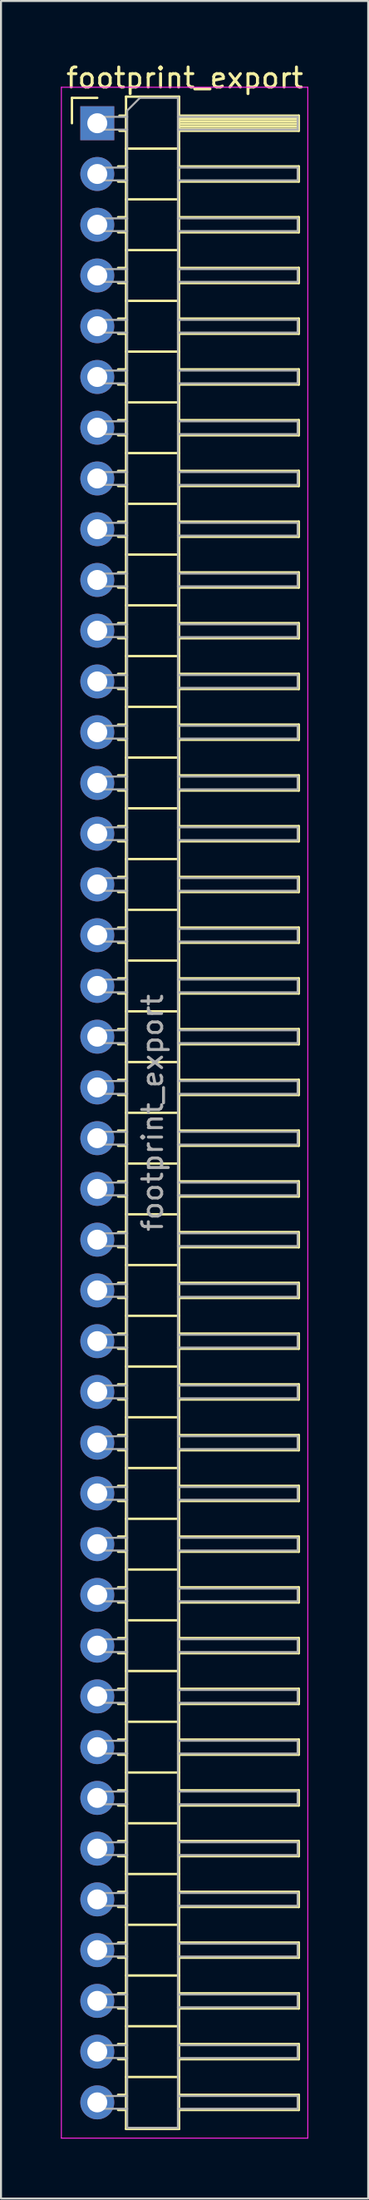
<source format=kicad_pcb>
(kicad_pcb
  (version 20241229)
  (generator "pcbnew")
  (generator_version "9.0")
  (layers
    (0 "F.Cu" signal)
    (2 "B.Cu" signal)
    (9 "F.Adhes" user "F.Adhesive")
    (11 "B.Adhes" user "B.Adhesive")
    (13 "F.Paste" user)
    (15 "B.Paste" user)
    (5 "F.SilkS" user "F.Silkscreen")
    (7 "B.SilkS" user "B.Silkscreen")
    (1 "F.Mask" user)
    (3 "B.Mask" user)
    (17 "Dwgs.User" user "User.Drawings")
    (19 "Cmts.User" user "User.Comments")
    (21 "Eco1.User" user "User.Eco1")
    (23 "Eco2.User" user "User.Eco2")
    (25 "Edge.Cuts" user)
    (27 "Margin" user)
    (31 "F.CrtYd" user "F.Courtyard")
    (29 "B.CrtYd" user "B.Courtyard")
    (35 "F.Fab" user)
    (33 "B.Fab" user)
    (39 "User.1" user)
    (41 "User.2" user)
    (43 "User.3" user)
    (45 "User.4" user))
  (footprint "footprint_export"
    (layer "F.Cu")
    (at 1.825 3.118)
    (property "Reference" "footprint_export" (at 4.385 -2.27 0) (layer "F.SilkS") (effects (font (size 1 1) (thickness 0.15))))
    (attr through_hole)
    (fp_line (start -1.27 -1.27) (end 0 -1.27) (stroke (width 0.12) (type solid)) (layer "F.SilkS"))
    (fp_line (start -1.27 0) (end -1.27 -1.27) (stroke (width 0.12) (type solid)) (layer "F.SilkS"))
    (fp_line (start 1.043 2.16) (end 1.44 2.16) (stroke (width 0.12) (type solid)) (layer "F.SilkS"))
    (fp_line (start 1.043 2.92) (end 1.44 2.92) (stroke (width 0.12) (type solid)) (layer "F.SilkS"))
    (fp_line (start 1.043 4.7) (end 1.44 4.7) (stroke (width 0.12) (type solid)) (layer "F.SilkS"))
    (fp_line (start 1.043 5.46) (end 1.44 5.46) (stroke (width 0.12) (type solid)) (layer "F.SilkS"))
    (fp_line (start 1.043 7.24) (end 1.44 7.24) (stroke (width 0.12) (type solid)) (layer "F.SilkS"))
    (fp_line (start 1.043 8) (end 1.44 8) (stroke (width 0.12) (type solid)) (layer "F.SilkS"))
    (fp_line (start 1.043 9.78) (end 1.44 9.78) (stroke (width 0.12) (type solid)) (layer "F.SilkS"))
    (fp_line (start 1.043 10.54) (end 1.44 10.54) (stroke (width 0.12) (type solid)) (layer "F.SilkS"))
    (fp_line (start 1.043 12.32) (end 1.44 12.32) (stroke (width 0.12) (type solid)) (layer "F.SilkS"))
    (fp_line (start 1.043 13.08) (end 1.44 13.08) (stroke (width 0.12) (type solid)) (layer "F.SilkS"))
    (fp_line (start 1.043 14.86) (end 1.44 14.86) (stroke (width 0.12) (type solid)) (layer "F.SilkS"))
    (fp_line (start 1.043 15.62) (end 1.44 15.62) (stroke (width 0.12) (type solid)) (layer "F.SilkS"))
    (fp_line (start 1.043 17.4) (end 1.44 17.4) (stroke (width 0.12) (type solid)) (layer "F.SilkS"))
    (fp_line (start 1.043 18.16) (end 1.44 18.16) (stroke (width 0.12) (type solid)) (layer "F.SilkS"))
    (fp_line (start 1.043 19.94) (end 1.44 19.94) (stroke (width 0.12) (type solid)) (layer "F.SilkS"))
    (fp_line (start 1.043 20.7) (end 1.44 20.7) (stroke (width 0.12) (type solid)) (layer "F.SilkS"))
    (fp_line (start 1.043 22.48) (end 1.44 22.48) (stroke (width 0.12) (type solid)) (layer "F.SilkS"))
    (fp_line (start 1.043 23.24) (end 1.44 23.24) (stroke (width 0.12) (type solid)) (layer "F.SilkS"))
    (fp_line (start 1.043 25.02) (end 1.44 25.02) (stroke (width 0.12) (type solid)) (layer "F.SilkS"))
    (fp_line (start 1.043 25.78) (end 1.44 25.78) (stroke (width 0.12) (type solid)) (layer "F.SilkS"))
    (fp_line (start 1.043 27.56) (end 1.44 27.56) (stroke (width 0.12) (type solid)) (layer "F.SilkS"))
    (fp_line (start 1.043 28.32) (end 1.44 28.32) (stroke (width 0.12) (type solid)) (layer "F.SilkS"))
    (fp_line (start 1.043 30.1) (end 1.44 30.1) (stroke (width 0.12) (type solid)) (layer "F.SilkS"))
    (fp_line (start 1.043 30.86) (end 1.44 30.86) (stroke (width 0.12) (type solid)) (layer "F.SilkS"))
    (fp_line (start 1.043 32.64) (end 1.44 32.64) (stroke (width 0.12) (type solid)) (layer "F.SilkS"))
    (fp_line (start 1.043 33.4) (end 1.44 33.4) (stroke (width 0.12) (type solid)) (layer "F.SilkS"))
    (fp_line (start 1.043 35.18) (end 1.44 35.18) (stroke (width 0.12) (type solid)) (layer "F.SilkS"))
    (fp_line (start 1.043 35.94) (end 1.44 35.94) (stroke (width 0.12) (type solid)) (layer "F.SilkS"))
    (fp_line (start 1.043 37.72) (end 1.44 37.72) (stroke (width 0.12) (type solid)) (layer "F.SilkS"))
    (fp_line (start 1.043 38.48) (end 1.44 38.48) (stroke (width 0.12) (type solid)) (layer "F.SilkS"))
    (fp_line (start 1.043 40.26) (end 1.44 40.26) (stroke (width 0.12) (type solid)) (layer "F.SilkS"))
    (fp_line (start 1.043 41.02) (end 1.44 41.02) (stroke (width 0.12) (type solid)) (layer "F.SilkS"))
    (fp_line (start 1.043 42.8) (end 1.44 42.8) (stroke (width 0.12) (type solid)) (layer "F.SilkS"))
    (fp_line (start 1.043 43.56) (end 1.44 43.56) (stroke (width 0.12) (type solid)) (layer "F.SilkS"))
    (fp_line (start 1.043 45.34) (end 1.44 45.34) (stroke (width 0.12) (type solid)) (layer "F.SilkS"))
    (fp_line (start 1.043 46.1) (end 1.44 46.1) (stroke (width 0.12) (type solid)) (layer "F.SilkS"))
    (fp_line (start 1.043 47.88) (end 1.44 47.88) (stroke (width 0.12) (type solid)) (layer "F.SilkS"))
    (fp_line (start 1.043 48.64) (end 1.44 48.64) (stroke (width 0.12) (type solid)) (layer "F.SilkS"))
    (fp_line (start 1.043 50.42) (end 1.44 50.42) (stroke (width 0.12) (type solid)) (layer "F.SilkS"))
    (fp_line (start 1.043 51.18) (end 1.44 51.18) (stroke (width 0.12) (type solid)) (layer "F.SilkS"))
    (fp_line (start 1.043 52.96) (end 1.44 52.96) (stroke (width 0.12) (type solid)) (layer "F.SilkS"))
    (fp_line (start 1.043 53.72) (end 1.44 53.72) (stroke (width 0.12) (type solid)) (layer "F.SilkS"))
    (fp_line (start 1.043 55.5) (end 1.44 55.5) (stroke (width 0.12) (type solid)) (layer "F.SilkS"))
    (fp_line (start 1.043 56.26) (end 1.44 56.26) (stroke (width 0.12) (type solid)) (layer "F.SilkS"))
    (fp_line (start 1.043 58.04) (end 1.44 58.04) (stroke (width 0.12) (type solid)) (layer "F.SilkS"))
    (fp_line (start 1.043 58.8) (end 1.44 58.8) (stroke (width 0.12) (type solid)) (layer "F.SilkS"))
    (fp_line (start 1.043 60.58) (end 1.44 60.58) (stroke (width 0.12) (type solid)) (layer "F.SilkS"))
    (fp_line (start 1.043 61.34) (end 1.44 61.34) (stroke (width 0.12) (type solid)) (layer "F.SilkS"))
    (fp_line (start 1.043 63.12) (end 1.44 63.12) (stroke (width 0.12) (type solid)) (layer "F.SilkS"))
    (fp_line (start 1.043 63.88) (end 1.44 63.88) (stroke (width 0.12) (type solid)) (layer "F.SilkS"))
    (fp_line (start 1.043 65.66) (end 1.44 65.66) (stroke (width 0.12) (type solid)) (layer "F.SilkS"))
    (fp_line (start 1.043 66.42) (end 1.44 66.42) (stroke (width 0.12) (type solid)) (layer "F.SilkS"))
    (fp_line (start 1.043 68.2) (end 1.44 68.2) (stroke (width 0.12) (type solid)) (layer "F.SilkS"))
    (fp_line (start 1.043 68.96) (end 1.44 68.96) (stroke (width 0.12) (type solid)) (layer "F.SilkS"))
    (fp_line (start 1.043 70.74) (end 1.44 70.74) (stroke (width 0.12) (type solid)) (layer "F.SilkS"))
    (fp_line (start 1.043 71.5) (end 1.44 71.5) (stroke (width 0.12) (type solid)) (layer "F.SilkS"))
    (fp_line (start 1.043 73.28) (end 1.44 73.28) (stroke (width 0.12) (type solid)) (layer "F.SilkS"))
    (fp_line (start 1.043 74.04) (end 1.44 74.04) (stroke (width 0.12) (type solid)) (layer "F.SilkS"))
    (fp_line (start 1.043 75.82) (end 1.44 75.82) (stroke (width 0.12) (type solid)) (layer "F.SilkS"))
    (fp_line (start 1.043 76.58) (end 1.44 76.58) (stroke (width 0.12) (type solid)) (layer "F.SilkS"))
    (fp_line (start 1.043 78.36) (end 1.44 78.36) (stroke (width 0.12) (type solid)) (layer "F.SilkS"))
    (fp_line (start 1.043 79.12) (end 1.44 79.12) (stroke (width 0.12) (type solid)) (layer "F.SilkS"))
    (fp_line (start 1.043 80.9) (end 1.44 80.9) (stroke (width 0.12) (type solid)) (layer "F.SilkS"))
    (fp_line (start 1.043 81.66) (end 1.44 81.66) (stroke (width 0.12) (type solid)) (layer "F.SilkS"))
    (fp_line (start 1.043 83.44) (end 1.44 83.44) (stroke (width 0.12) (type solid)) (layer "F.SilkS"))
    (fp_line (start 1.043 84.2) (end 1.44 84.2) (stroke (width 0.12) (type solid)) (layer "F.SilkS"))
    (fp_line (start 1.043 85.98) (end 1.44 85.98) (stroke (width 0.12) (type solid)) (layer "F.SilkS"))
    (fp_line (start 1.043 86.74) (end 1.44 86.74) (stroke (width 0.12) (type solid)) (layer "F.SilkS"))
    (fp_line (start 1.043 88.52) (end 1.44 88.52) (stroke (width 0.12) (type solid)) (layer "F.SilkS"))
    (fp_line (start 1.043 89.28) (end 1.44 89.28) (stroke (width 0.12) (type solid)) (layer "F.SilkS"))
    (fp_line (start 1.043 91.06) (end 1.44 91.06) (stroke (width 0.12) (type solid)) (layer "F.SilkS"))
    (fp_line (start 1.043 91.82) (end 1.44 91.82) (stroke (width 0.12) (type solid)) (layer "F.SilkS"))
    (fp_line (start 1.043 93.6) (end 1.44 93.6) (stroke (width 0.12) (type solid)) (layer "F.SilkS"))
    (fp_line (start 1.043 94.36) (end 1.44 94.36) (stroke (width 0.12) (type solid)) (layer "F.SilkS"))
    (fp_line (start 1.043 96.14) (end 1.44 96.14) (stroke (width 0.12) (type solid)) (layer "F.SilkS"))
    (fp_line (start 1.043 96.9) (end 1.44 96.9) (stroke (width 0.12) (type solid)) (layer "F.SilkS"))
    (fp_line (start 1.043 98.68) (end 1.44 98.68) (stroke (width 0.12) (type solid)) (layer "F.SilkS"))
    (fp_line (start 1.043 99.44) (end 1.44 99.44) (stroke (width 0.12) (type solid)) (layer "F.SilkS"))
    (fp_line (start 1.11 -0.38) (end 1.44 -0.38) (stroke (width 0.12) (type solid)) (layer "F.SilkS"))
    (fp_line (start 1.11 0.38) (end 1.44 0.38) (stroke (width 0.12) (type solid)) (layer "F.SilkS"))
    (fp_line (start 1.44 -1.33) (end 1.44 100.39) (stroke (width 0.12) (type solid)) (layer "F.SilkS"))
    (fp_line (start 1.44 1.27) (end 4.1 1.27) (stroke (width 0.12) (type solid)) (layer "F.SilkS"))
    (fp_line (start 1.44 3.81) (end 4.1 3.81) (stroke (width 0.12) (type solid)) (layer "F.SilkS"))
    (fp_line (start 1.44 6.35) (end 4.1 6.35) (stroke (width 0.12) (type solid)) (layer "F.SilkS"))
    (fp_line (start 1.44 8.89) (end 4.1 8.89) (stroke (width 0.12) (type solid)) (layer "F.SilkS"))
    (fp_line (start 1.44 11.43) (end 4.1 11.43) (stroke (width 0.12) (type solid)) (layer "F.SilkS"))
    (fp_line (start 1.44 13.97) (end 4.1 13.97) (stroke (width 0.12) (type solid)) (layer "F.SilkS"))
    (fp_line (start 1.44 16.51) (end 4.1 16.51) (stroke (width 0.12) (type solid)) (layer "F.SilkS"))
    (fp_line (start 1.44 19.05) (end 4.1 19.05) (stroke (width 0.12) (type solid)) (layer "F.SilkS"))
    (fp_line (start 1.44 21.59) (end 4.1 21.59) (stroke (width 0.12) (type solid)) (layer "F.SilkS"))
    (fp_line (start 1.44 24.13) (end 4.1 24.13) (stroke (width 0.12) (type solid)) (layer "F.SilkS"))
    (fp_line (start 1.44 26.67) (end 4.1 26.67) (stroke (width 0.12) (type solid)) (layer "F.SilkS"))
    (fp_line (start 1.44 29.21) (end 4.1 29.21) (stroke (width 0.12) (type solid)) (layer "F.SilkS"))
    (fp_line (start 1.44 31.75) (end 4.1 31.75) (stroke (width 0.12) (type solid)) (layer "F.SilkS"))
    (fp_line (start 1.44 34.29) (end 4.1 34.29) (stroke (width 0.12) (type solid)) (layer "F.SilkS"))
    (fp_line (start 1.44 36.83) (end 4.1 36.83) (stroke (width 0.12) (type solid)) (layer "F.SilkS"))
    (fp_line (start 1.44 39.37) (end 4.1 39.37) (stroke (width 0.12) (type solid)) (layer "F.SilkS"))
    (fp_line (start 1.44 41.91) (end 4.1 41.91) (stroke (width 0.12) (type solid)) (layer "F.SilkS"))
    (fp_line (start 1.44 44.45) (end 4.1 44.45) (stroke (width 0.12) (type solid)) (layer "F.SilkS"))
    (fp_line (start 1.44 46.99) (end 4.1 46.99) (stroke (width 0.12) (type solid)) (layer "F.SilkS"))
    (fp_line (start 1.44 49.53) (end 4.1 49.53) (stroke (width 0.12) (type solid)) (layer "F.SilkS"))
    (fp_line (start 1.44 52.07) (end 4.1 52.07) (stroke (width 0.12) (type solid)) (layer "F.SilkS"))
    (fp_line (start 1.44 54.61) (end 4.1 54.61) (stroke (width 0.12) (type solid)) (layer "F.SilkS"))
    (fp_line (start 1.44 57.15) (end 4.1 57.15) (stroke (width 0.12) (type solid)) (layer "F.SilkS"))
    (fp_line (start 1.44 59.69) (end 4.1 59.69) (stroke (width 0.12) (type solid)) (layer "F.SilkS"))
    (fp_line (start 1.44 62.23) (end 4.1 62.23) (stroke (width 0.12) (type solid)) (layer "F.SilkS"))
    (fp_line (start 1.44 64.77) (end 4.1 64.77) (stroke (width 0.12) (type solid)) (layer "F.SilkS"))
    (fp_line (start 1.44 67.31) (end 4.1 67.31) (stroke (width 0.12) (type solid)) (layer "F.SilkS"))
    (fp_line (start 1.44 69.85) (end 4.1 69.85) (stroke (width 0.12) (type solid)) (layer "F.SilkS"))
    (fp_line (start 1.44 72.39) (end 4.1 72.39) (stroke (width 0.12) (type solid)) (layer "F.SilkS"))
    (fp_line (start 1.44 74.93) (end 4.1 74.93) (stroke (width 0.12) (type solid)) (layer "F.SilkS"))
    (fp_line (start 1.44 77.47) (end 4.1 77.47) (stroke (width 0.12) (type solid)) (layer "F.SilkS"))
    (fp_line (start 1.44 80.01) (end 4.1 80.01) (stroke (width 0.12) (type solid)) (layer "F.SilkS"))
    (fp_line (start 1.44 82.55) (end 4.1 82.55) (stroke (width 0.12) (type solid)) (layer "F.SilkS"))
    (fp_line (start 1.44 85.09) (end 4.1 85.09) (stroke (width 0.12) (type solid)) (layer "F.SilkS"))
    (fp_line (start 1.44 87.63) (end 4.1 87.63) (stroke (width 0.12) (type solid)) (layer "F.SilkS"))
    (fp_line (start 1.44 90.17) (end 4.1 90.17) (stroke (width 0.12) (type solid)) (layer "F.SilkS"))
    (fp_line (start 1.44 92.71) (end 4.1 92.71) (stroke (width 0.12) (type solid)) (layer "F.SilkS"))
    (fp_line (start 1.44 95.25) (end 4.1 95.25) (stroke (width 0.12) (type solid)) (layer "F.SilkS"))
    (fp_line (start 1.44 97.79) (end 4.1 97.79) (stroke (width 0.12) (type solid)) (layer "F.SilkS"))
    (fp_line (start 1.44 100.39) (end 4.1 100.39) (stroke (width 0.12) (type solid)) (layer "F.SilkS"))
    (fp_line (start 4.1 -1.33) (end 1.44 -1.33) (stroke (width 0.12) (type solid)) (layer "F.SilkS"))
    (fp_line (start 4.1 -0.38) (end 10.1 -0.38) (stroke (width 0.12) (type solid)) (layer "F.SilkS"))
    (fp_line (start 4.1 -0.32) (end 10.1 -0.32) (stroke (width 0.12) (type solid)) (layer "F.SilkS"))
    (fp_line (start 4.1 -0.2) (end 10.1 -0.2) (stroke (width 0.12) (type solid)) (layer "F.SilkS"))
    (fp_line (start 4.1 -0.08) (end 10.1 -0.08) (stroke (width 0.12) (type solid)) (layer "F.SilkS"))
    (fp_line (start 4.1 0.04) (end 10.1 0.04) (stroke (width 0.12) (type solid)) (layer "F.SilkS"))
    (fp_line (start 4.1 0.16) (end 10.1 0.16) (stroke (width 0.12) (type solid)) (layer "F.SilkS"))
    (fp_line (start 4.1 0.28) (end 10.1 0.28) (stroke (width 0.12) (type solid)) (layer "F.SilkS"))
    (fp_line (start 4.1 2.16) (end 10.1 2.16) (stroke (width 0.12) (type solid)) (layer "F.SilkS"))
    (fp_line (start 4.1 4.7) (end 10.1 4.7) (stroke (width 0.12) (type solid)) (layer "F.SilkS"))
    (fp_line (start 4.1 7.24) (end 10.1 7.24) (stroke (width 0.12) (type solid)) (layer "F.SilkS"))
    (fp_line (start 4.1 9.78) (end 10.1 9.78) (stroke (width 0.12) (type solid)) (layer "F.SilkS"))
    (fp_line (start 4.1 12.32) (end 10.1 12.32) (stroke (width 0.12) (type solid)) (layer "F.SilkS"))
    (fp_line (start 4.1 14.86) (end 10.1 14.86) (stroke (width 0.12) (type solid)) (layer "F.SilkS"))
    (fp_line (start 4.1 17.4) (end 10.1 17.4) (stroke (width 0.12) (type solid)) (layer "F.SilkS"))
    (fp_line (start 4.1 19.94) (end 10.1 19.94) (stroke (width 0.12) (type solid)) (layer "F.SilkS"))
    (fp_line (start 4.1 22.48) (end 10.1 22.48) (stroke (width 0.12) (type solid)) (layer "F.SilkS"))
    (fp_line (start 4.1 25.02) (end 10.1 25.02) (stroke (width 0.12) (type solid)) (layer "F.SilkS"))
    (fp_line (start 4.1 27.56) (end 10.1 27.56) (stroke (width 0.12) (type solid)) (layer "F.SilkS"))
    (fp_line (start 4.1 30.1) (end 10.1 30.1) (stroke (width 0.12) (type solid)) (layer "F.SilkS"))
    (fp_line (start 4.1 32.64) (end 10.1 32.64) (stroke (width 0.12) (type solid)) (layer "F.SilkS"))
    (fp_line (start 4.1 35.18) (end 10.1 35.18) (stroke (width 0.12) (type solid)) (layer "F.SilkS"))
    (fp_line (start 4.1 37.72) (end 10.1 37.72) (stroke (width 0.12) (type solid)) (layer "F.SilkS"))
    (fp_line (start 4.1 40.26) (end 10.1 40.26) (stroke (width 0.12) (type solid)) (layer "F.SilkS"))
    (fp_line (start 4.1 42.8) (end 10.1 42.8) (stroke (width 0.12) (type solid)) (layer "F.SilkS"))
    (fp_line (start 4.1 45.34) (end 10.1 45.34) (stroke (width 0.12) (type solid)) (layer "F.SilkS"))
    (fp_line (start 4.1 47.88) (end 10.1 47.88) (stroke (width 0.12) (type solid)) (layer "F.SilkS"))
    (fp_line (start 4.1 50.42) (end 10.1 50.42) (stroke (width 0.12) (type solid)) (layer "F.SilkS"))
    (fp_line (start 4.1 52.96) (end 10.1 52.96) (stroke (width 0.12) (type solid)) (layer "F.SilkS"))
    (fp_line (start 4.1 55.5) (end 10.1 55.5) (stroke (width 0.12) (type solid)) (layer "F.SilkS"))
    (fp_line (start 4.1 58.04) (end 10.1 58.04) (stroke (width 0.12) (type solid)) (layer "F.SilkS"))
    (fp_line (start 4.1 60.58) (end 10.1 60.58) (stroke (width 0.12) (type solid)) (layer "F.SilkS"))
    (fp_line (start 4.1 63.12) (end 10.1 63.12) (stroke (width 0.12) (type solid)) (layer "F.SilkS"))
    (fp_line (start 4.1 65.66) (end 10.1 65.66) (stroke (width 0.12) (type solid)) (layer "F.SilkS"))
    (fp_line (start 4.1 68.2) (end 10.1 68.2) (stroke (width 0.12) (type solid)) (layer "F.SilkS"))
    (fp_line (start 4.1 70.74) (end 10.1 70.74) (stroke (width 0.12) (type solid)) (layer "F.SilkS"))
    (fp_line (start 4.1 73.28) (end 10.1 73.28) (stroke (width 0.12) (type solid)) (layer "F.SilkS"))
    (fp_line (start 4.1 75.82) (end 10.1 75.82) (stroke (width 0.12) (type solid)) (layer "F.SilkS"))
    (fp_line (start 4.1 78.36) (end 10.1 78.36) (stroke (width 0.12) (type solid)) (layer "F.SilkS"))
    (fp_line (start 4.1 80.9) (end 10.1 80.9) (stroke (width 0.12) (type solid)) (layer "F.SilkS"))
    (fp_line (start 4.1 83.44) (end 10.1 83.44) (stroke (width 0.12) (type solid)) (layer "F.SilkS"))
    (fp_line (start 4.1 85.98) (end 10.1 85.98) (stroke (width 0.12) (type solid)) (layer "F.SilkS"))
    (fp_line (start 4.1 88.52) (end 10.1 88.52) (stroke (width 0.12) (type solid)) (layer "F.SilkS"))
    (fp_line (start 4.1 91.06) (end 10.1 91.06) (stroke (width 0.12) (type solid)) (layer "F.SilkS"))
    (fp_line (start 4.1 93.6) (end 10.1 93.6) (stroke (width 0.12) (type solid)) (layer "F.SilkS"))
    (fp_line (start 4.1 96.14) (end 10.1 96.14) (stroke (width 0.12) (type solid)) (layer "F.SilkS"))
    (fp_line (start 4.1 98.68) (end 10.1 98.68) (stroke (width 0.12) (type solid)) (layer "F.SilkS"))
    (fp_line (start 4.1 100.39) (end 4.1 -1.33) (stroke (width 0.12) (type solid)) (layer "F.SilkS"))
    (fp_line (start 10.1 -0.38) (end 10.1 0.38) (stroke (width 0.12) (type solid)) (layer "F.SilkS"))
    (fp_line (start 10.1 0.38) (end 4.1 0.38) (stroke (width 0.12) (type solid)) (layer "F.SilkS"))
    (fp_line (start 10.1 2.16) (end 10.1 2.92) (stroke (width 0.12) (type solid)) (layer "F.SilkS"))
    (fp_line (start 10.1 2.92) (end 4.1 2.92) (stroke (width 0.12) (type solid)) (layer "F.SilkS"))
    (fp_line (start 10.1 4.7) (end 10.1 5.46) (stroke (width 0.12) (type solid)) (layer "F.SilkS"))
    (fp_line (start 10.1 5.46) (end 4.1 5.46) (stroke (width 0.12) (type solid)) (layer "F.SilkS"))
    (fp_line (start 10.1 7.24) (end 10.1 8) (stroke (width 0.12) (type solid)) (layer "F.SilkS"))
    (fp_line (start 10.1 8) (end 4.1 8) (stroke (width 0.12) (type solid)) (layer "F.SilkS"))
    (fp_line (start 10.1 9.78) (end 10.1 10.54) (stroke (width 0.12) (type solid)) (layer "F.SilkS"))
    (fp_line (start 10.1 10.54) (end 4.1 10.54) (stroke (width 0.12) (type solid)) (layer "F.SilkS"))
    (fp_line (start 10.1 12.32) (end 10.1 13.08) (stroke (width 0.12) (type solid)) (layer "F.SilkS"))
    (fp_line (start 10.1 13.08) (end 4.1 13.08) (stroke (width 0.12) (type solid)) (layer "F.SilkS"))
    (fp_line (start 10.1 14.86) (end 10.1 15.62) (stroke (width 0.12) (type solid)) (layer "F.SilkS"))
    (fp_line (start 10.1 15.62) (end 4.1 15.62) (stroke (width 0.12) (type solid)) (layer "F.SilkS"))
    (fp_line (start 10.1 17.4) (end 10.1 18.16) (stroke (width 0.12) (type solid)) (layer "F.SilkS"))
    (fp_line (start 10.1 18.16) (end 4.1 18.16) (stroke (width 0.12) (type solid)) (layer "F.SilkS"))
    (fp_line (start 10.1 19.94) (end 10.1 20.7) (stroke (width 0.12) (type solid)) (layer "F.SilkS"))
    (fp_line (start 10.1 20.7) (end 4.1 20.7) (stroke (width 0.12) (type solid)) (layer "F.SilkS"))
    (fp_line (start 10.1 22.48) (end 10.1 23.24) (stroke (width 0.12) (type solid)) (layer "F.SilkS"))
    (fp_line (start 10.1 23.24) (end 4.1 23.24) (stroke (width 0.12) (type solid)) (layer "F.SilkS"))
    (fp_line (start 10.1 25.02) (end 10.1 25.78) (stroke (width 0.12) (type solid)) (layer "F.SilkS"))
    (fp_line (start 10.1 25.78) (end 4.1 25.78) (stroke (width 0.12) (type solid)) (layer "F.SilkS"))
    (fp_line (start 10.1 27.56) (end 10.1 28.32) (stroke (width 0.12) (type solid)) (layer "F.SilkS"))
    (fp_line (start 10.1 28.32) (end 4.1 28.32) (stroke (width 0.12) (type solid)) (layer "F.SilkS"))
    (fp_line (start 10.1 30.1) (end 10.1 30.86) (stroke (width 0.12) (type solid)) (layer "F.SilkS"))
    (fp_line (start 10.1 30.86) (end 4.1 30.86) (stroke (width 0.12) (type solid)) (layer "F.SilkS"))
    (fp_line (start 10.1 32.64) (end 10.1 33.4) (stroke (width 0.12) (type solid)) (layer "F.SilkS"))
    (fp_line (start 10.1 33.4) (end 4.1 33.4) (stroke (width 0.12) (type solid)) (layer "F.SilkS"))
    (fp_line (start 10.1 35.18) (end 10.1 35.94) (stroke (width 0.12) (type solid)) (layer "F.SilkS"))
    (fp_line (start 10.1 35.94) (end 4.1 35.94) (stroke (width 0.12) (type solid)) (layer "F.SilkS"))
    (fp_line (start 10.1 37.72) (end 10.1 38.48) (stroke (width 0.12) (type solid)) (layer "F.SilkS"))
    (fp_line (start 10.1 38.48) (end 4.1 38.48) (stroke (width 0.12) (type solid)) (layer "F.SilkS"))
    (fp_line (start 10.1 40.26) (end 10.1 41.02) (stroke (width 0.12) (type solid)) (layer "F.SilkS"))
    (fp_line (start 10.1 41.02) (end 4.1 41.02) (stroke (width 0.12) (type solid)) (layer "F.SilkS"))
    (fp_line (start 10.1 42.8) (end 10.1 43.56) (stroke (width 0.12) (type solid)) (layer "F.SilkS"))
    (fp_line (start 10.1 43.56) (end 4.1 43.56) (stroke (width 0.12) (type solid)) (layer "F.SilkS"))
    (fp_line (start 10.1 45.34) (end 10.1 46.1) (stroke (width 0.12) (type solid)) (layer "F.SilkS"))
    (fp_line (start 10.1 46.1) (end 4.1 46.1) (stroke (width 0.12) (type solid)) (layer "F.SilkS"))
    (fp_line (start 10.1 47.88) (end 10.1 48.64) (stroke (width 0.12) (type solid)) (layer "F.SilkS"))
    (fp_line (start 10.1 48.64) (end 4.1 48.64) (stroke (width 0.12) (type solid)) (layer "F.SilkS"))
    (fp_line (start 10.1 50.42) (end 10.1 51.18) (stroke (width 0.12) (type solid)) (layer "F.SilkS"))
    (fp_line (start 10.1 51.18) (end 4.1 51.18) (stroke (width 0.12) (type solid)) (layer "F.SilkS"))
    (fp_line (start 10.1 52.96) (end 10.1 53.72) (stroke (width 0.12) (type solid)) (layer "F.SilkS"))
    (fp_line (start 10.1 53.72) (end 4.1 53.72) (stroke (width 0.12) (type solid)) (layer "F.SilkS"))
    (fp_line (start 10.1 55.5) (end 10.1 56.26) (stroke (width 0.12) (type solid)) (layer "F.SilkS"))
    (fp_line (start 10.1 56.26) (end 4.1 56.26) (stroke (width 0.12) (type solid)) (layer "F.SilkS"))
    (fp_line (start 10.1 58.04) (end 10.1 58.8) (stroke (width 0.12) (type solid)) (layer "F.SilkS"))
    (fp_line (start 10.1 58.8) (end 4.1 58.8) (stroke (width 0.12) (type solid)) (layer "F.SilkS"))
    (fp_line (start 10.1 60.58) (end 10.1 61.34) (stroke (width 0.12) (type solid)) (layer "F.SilkS"))
    (fp_line (start 10.1 61.34) (end 4.1 61.34) (stroke (width 0.12) (type solid)) (layer "F.SilkS"))
    (fp_line (start 10.1 63.12) (end 10.1 63.88) (stroke (width 0.12) (type solid)) (layer "F.SilkS"))
    (fp_line (start 10.1 63.88) (end 4.1 63.88) (stroke (width 0.12) (type solid)) (layer "F.SilkS"))
    (fp_line (start 10.1 65.66) (end 10.1 66.42) (stroke (width 0.12) (type solid)) (layer "F.SilkS"))
    (fp_line (start 10.1 66.42) (end 4.1 66.42) (stroke (width 0.12) (type solid)) (layer "F.SilkS"))
    (fp_line (start 10.1 68.2) (end 10.1 68.96) (stroke (width 0.12) (type solid)) (layer "F.SilkS"))
    (fp_line (start 10.1 68.96) (end 4.1 68.96) (stroke (width 0.12) (type solid)) (layer "F.SilkS"))
    (fp_line (start 10.1 70.74) (end 10.1 71.5) (stroke (width 0.12) (type solid)) (layer "F.SilkS"))
    (fp_line (start 10.1 71.5) (end 4.1 71.5) (stroke (width 0.12) (type solid)) (layer "F.SilkS"))
    (fp_line (start 10.1 73.28) (end 10.1 74.04) (stroke (width 0.12) (type solid)) (layer "F.SilkS"))
    (fp_line (start 10.1 74.04) (end 4.1 74.04) (stroke (width 0.12) (type solid)) (layer "F.SilkS"))
    (fp_line (start 10.1 75.82) (end 10.1 76.58) (stroke (width 0.12) (type solid)) (layer "F.SilkS"))
    (fp_line (start 10.1 76.58) (end 4.1 76.58) (stroke (width 0.12) (type solid)) (layer "F.SilkS"))
    (fp_line (start 10.1 78.36) (end 10.1 79.12) (stroke (width 0.12) (type solid)) (layer "F.SilkS"))
    (fp_line (start 10.1 79.12) (end 4.1 79.12) (stroke (width 0.12) (type solid)) (layer "F.SilkS"))
    (fp_line (start 10.1 80.9) (end 10.1 81.66) (stroke (width 0.12) (type solid)) (layer "F.SilkS"))
    (fp_line (start 10.1 81.66) (end 4.1 81.66) (stroke (width 0.12) (type solid)) (layer "F.SilkS"))
    (fp_line (start 10.1 83.44) (end 10.1 84.2) (stroke (width 0.12) (type solid)) (layer "F.SilkS"))
    (fp_line (start 10.1 84.2) (end 4.1 84.2) (stroke (width 0.12) (type solid)) (layer "F.SilkS"))
    (fp_line (start 10.1 85.98) (end 10.1 86.74) (stroke (width 0.12) (type solid)) (layer "F.SilkS"))
    (fp_line (start 10.1 86.74) (end 4.1 86.74) (stroke (width 0.12) (type solid)) (layer "F.SilkS"))
    (fp_line (start 10.1 88.52) (end 10.1 89.28) (stroke (width 0.12) (type solid)) (layer "F.SilkS"))
    (fp_line (start 10.1 89.28) (end 4.1 89.28) (stroke (width 0.12) (type solid)) (layer "F.SilkS"))
    (fp_line (start 10.1 91.06) (end 10.1 91.82) (stroke (width 0.12) (type solid)) (layer "F.SilkS"))
    (fp_line (start 10.1 91.82) (end 4.1 91.82) (stroke (width 0.12) (type solid)) (layer "F.SilkS"))
    (fp_line (start 10.1 93.6) (end 10.1 94.36) (stroke (width 0.12) (type solid)) (layer "F.SilkS"))
    (fp_line (start 10.1 94.36) (end 4.1 94.36) (stroke (width 0.12) (type solid)) (layer "F.SilkS"))
    (fp_line (start 10.1 96.14) (end 10.1 96.9) (stroke (width 0.12) (type solid)) (layer "F.SilkS"))
    (fp_line (start 10.1 96.9) (end 4.1 96.9) (stroke (width 0.12) (type solid)) (layer "F.SilkS"))
    (fp_line (start 10.1 98.68) (end 10.1 99.44) (stroke (width 0.12) (type solid)) (layer "F.SilkS"))
    (fp_line (start 10.1 99.44) (end 4.1 99.44) (stroke (width 0.12) (type solid)) (layer "F.SilkS"))
    (fp_line (start -1.8 -1.8) (end -1.8 100.85) (stroke (width 0.05) (type solid)) (layer "F.CrtYd"))
    (fp_line (start -1.8 100.85) (end 10.55 100.85) (stroke (width 0.05) (type solid)) (layer "F.CrtYd"))
    (fp_line (start 10.55 -1.8) (end -1.8 -1.8) (stroke (width 0.05) (type solid)) (layer "F.CrtYd"))
    (fp_line (start 10.55 100.85) (end 10.55 -1.8) (stroke (width 0.05) (type solid)) (layer "F.CrtYd"))
    (fp_line (start -0.32 -0.32) (end -0.32 0.32) (stroke (width 0.1) (type solid)) (layer "F.Fab"))
    (fp_line (start -0.32 -0.32) (end 1.5 -0.32) (stroke (width 0.1) (type solid)) (layer "F.Fab"))
    (fp_line (start -0.32 0.32) (end 1.5 0.32) (stroke (width 0.1) (type solid)) (layer "F.Fab"))
    (fp_line (start -0.32 2.22) (end -0.32 2.86) (stroke (width 0.1) (type solid)) (layer "F.Fab"))
    (fp_line (start -0.32 2.22) (end 1.5 2.22) (stroke (width 0.1) (type solid)) (layer "F.Fab"))
    (fp_line (start -0.32 2.86) (end 1.5 2.86) (stroke (width 0.1) (type solid)) (layer "F.Fab"))
    (fp_line (start -0.32 4.76) (end -0.32 5.4) (stroke (width 0.1) (type solid)) (layer "F.Fab"))
    (fp_line (start -0.32 4.76) (end 1.5 4.76) (stroke (width 0.1) (type solid)) (layer "F.Fab"))
    (fp_line (start -0.32 5.4) (end 1.5 5.4) (stroke (width 0.1) (type solid)) (layer "F.Fab"))
    (fp_line (start -0.32 7.3) (end -0.32 7.94) (stroke (width 0.1) (type solid)) (layer "F.Fab"))
    (fp_line (start -0.32 7.3) (end 1.5 7.3) (stroke (width 0.1) (type solid)) (layer "F.Fab"))
    (fp_line (start -0.32 7.94) (end 1.5 7.94) (stroke (width 0.1) (type solid)) (layer "F.Fab"))
    (fp_line (start -0.32 9.84) (end -0.32 10.48) (stroke (width 0.1) (type solid)) (layer "F.Fab"))
    (fp_line (start -0.32 9.84) (end 1.5 9.84) (stroke (width 0.1) (type solid)) (layer "F.Fab"))
    (fp_line (start -0.32 10.48) (end 1.5 10.48) (stroke (width 0.1) (type solid)) (layer "F.Fab"))
    (fp_line (start -0.32 12.38) (end -0.32 13.02) (stroke (width 0.1) (type solid)) (layer "F.Fab"))
    (fp_line (start -0.32 12.38) (end 1.5 12.38) (stroke (width 0.1) (type solid)) (layer "F.Fab"))
    (fp_line (start -0.32 13.02) (end 1.5 13.02) (stroke (width 0.1) (type solid)) (layer "F.Fab"))
    (fp_line (start -0.32 14.92) (end -0.32 15.56) (stroke (width 0.1) (type solid)) (layer "F.Fab"))
    (fp_line (start -0.32 14.92) (end 1.5 14.92) (stroke (width 0.1) (type solid)) (layer "F.Fab"))
    (fp_line (start -0.32 15.56) (end 1.5 15.56) (stroke (width 0.1) (type solid)) (layer "F.Fab"))
    (fp_line (start -0.32 17.46) (end -0.32 18.1) (stroke (width 0.1) (type solid)) (layer "F.Fab"))
    (fp_line (start -0.32 17.46) (end 1.5 17.46) (stroke (width 0.1) (type solid)) (layer "F.Fab"))
    (fp_line (start -0.32 18.1) (end 1.5 18.1) (stroke (width 0.1) (type solid)) (layer "F.Fab"))
    (fp_line (start -0.32 20) (end -0.32 20.64) (stroke (width 0.1) (type solid)) (layer "F.Fab"))
    (fp_line (start -0.32 20) (end 1.5 20) (stroke (width 0.1) (type solid)) (layer "F.Fab"))
    (fp_line (start -0.32 20.64) (end 1.5 20.64) (stroke (width 0.1) (type solid)) (layer "F.Fab"))
    (fp_line (start -0.32 22.54) (end -0.32 23.18) (stroke (width 0.1) (type solid)) (layer "F.Fab"))
    (fp_line (start -0.32 22.54) (end 1.5 22.54) (stroke (width 0.1) (type solid)) (layer "F.Fab"))
    (fp_line (start -0.32 23.18) (end 1.5 23.18) (stroke (width 0.1) (type solid)) (layer "F.Fab"))
    (fp_line (start -0.32 25.08) (end -0.32 25.72) (stroke (width 0.1) (type solid)) (layer "F.Fab"))
    (fp_line (start -0.32 25.08) (end 1.5 25.08) (stroke (width 0.1) (type solid)) (layer "F.Fab"))
    (fp_line (start -0.32 25.72) (end 1.5 25.72) (stroke (width 0.1) (type solid)) (layer "F.Fab"))
    (fp_line (start -0.32 27.62) (end -0.32 28.26) (stroke (width 0.1) (type solid)) (layer "F.Fab"))
    (fp_line (start -0.32 27.62) (end 1.5 27.62) (stroke (width 0.1) (type solid)) (layer "F.Fab"))
    (fp_line (start -0.32 28.26) (end 1.5 28.26) (stroke (width 0.1) (type solid)) (layer "F.Fab"))
    (fp_line (start -0.32 30.16) (end -0.32 30.8) (stroke (width 0.1) (type solid)) (layer "F.Fab"))
    (fp_line (start -0.32 30.16) (end 1.5 30.16) (stroke (width 0.1) (type solid)) (layer "F.Fab"))
    (fp_line (start -0.32 30.8) (end 1.5 30.8) (stroke (width 0.1) (type solid)) (layer "F.Fab"))
    (fp_line (start -0.32 32.7) (end -0.32 33.34) (stroke (width 0.1) (type solid)) (layer "F.Fab"))
    (fp_line (start -0.32 32.7) (end 1.5 32.7) (stroke (width 0.1) (type solid)) (layer "F.Fab"))
    (fp_line (start -0.32 33.34) (end 1.5 33.34) (stroke (width 0.1) (type solid)) (layer "F.Fab"))
    (fp_line (start -0.32 35.24) (end -0.32 35.88) (stroke (width 0.1) (type solid)) (layer "F.Fab"))
    (fp_line (start -0.32 35.24) (end 1.5 35.24) (stroke (width 0.1) (type solid)) (layer "F.Fab"))
    (fp_line (start -0.32 35.88) (end 1.5 35.88) (stroke (width 0.1) (type solid)) (layer "F.Fab"))
    (fp_line (start -0.32 37.78) (end -0.32 38.42) (stroke (width 0.1) (type solid)) (layer "F.Fab"))
    (fp_line (start -0.32 37.78) (end 1.5 37.78) (stroke (width 0.1) (type solid)) (layer "F.Fab"))
    (fp_line (start -0.32 38.42) (end 1.5 38.42) (stroke (width 0.1) (type solid)) (layer "F.Fab"))
    (fp_line (start -0.32 40.32) (end -0.32 40.96) (stroke (width 0.1) (type solid)) (layer "F.Fab"))
    (fp_line (start -0.32 40.32) (end 1.5 40.32) (stroke (width 0.1) (type solid)) (layer "F.Fab"))
    (fp_line (start -0.32 40.96) (end 1.5 40.96) (stroke (width 0.1) (type solid)) (layer "F.Fab"))
    (fp_line (start -0.32 42.86) (end -0.32 43.5) (stroke (width 0.1) (type solid)) (layer "F.Fab"))
    (fp_line (start -0.32 42.86) (end 1.5 42.86) (stroke (width 0.1) (type solid)) (layer "F.Fab"))
    (fp_line (start -0.32 43.5) (end 1.5 43.5) (stroke (width 0.1) (type solid)) (layer "F.Fab"))
    (fp_line (start -0.32 45.4) (end -0.32 46.04) (stroke (width 0.1) (type solid)) (layer "F.Fab"))
    (fp_line (start -0.32 45.4) (end 1.5 45.4) (stroke (width 0.1) (type solid)) (layer "F.Fab"))
    (fp_line (start -0.32 46.04) (end 1.5 46.04) (stroke (width 0.1) (type solid)) (layer "F.Fab"))
    (fp_line (start -0.32 47.94) (end -0.32 48.58) (stroke (width 0.1) (type solid)) (layer "F.Fab"))
    (fp_line (start -0.32 47.94) (end 1.5 47.94) (stroke (width 0.1) (type solid)) (layer "F.Fab"))
    (fp_line (start -0.32 48.58) (end 1.5 48.58) (stroke (width 0.1) (type solid)) (layer "F.Fab"))
    (fp_line (start -0.32 50.48) (end -0.32 51.12) (stroke (width 0.1) (type solid)) (layer "F.Fab"))
    (fp_line (start -0.32 50.48) (end 1.5 50.48) (stroke (width 0.1) (type solid)) (layer "F.Fab"))
    (fp_line (start -0.32 51.12) (end 1.5 51.12) (stroke (width 0.1) (type solid)) (layer "F.Fab"))
    (fp_line (start -0.32 53.02) (end -0.32 53.66) (stroke (width 0.1) (type solid)) (layer "F.Fab"))
    (fp_line (start -0.32 53.02) (end 1.5 53.02) (stroke (width 0.1) (type solid)) (layer "F.Fab"))
    (fp_line (start -0.32 53.66) (end 1.5 53.66) (stroke (width 0.1) (type solid)) (layer "F.Fab"))
    (fp_line (start -0.32 55.56) (end -0.32 56.2) (stroke (width 0.1) (type solid)) (layer "F.Fab"))
    (fp_line (start -0.32 55.56) (end 1.5 55.56) (stroke (width 0.1) (type solid)) (layer "F.Fab"))
    (fp_line (start -0.32 56.2) (end 1.5 56.2) (stroke (width 0.1) (type solid)) (layer "F.Fab"))
    (fp_line (start -0.32 58.1) (end -0.32 58.74) (stroke (width 0.1) (type solid)) (layer "F.Fab"))
    (fp_line (start -0.32 58.1) (end 1.5 58.1) (stroke (width 0.1) (type solid)) (layer "F.Fab"))
    (fp_line (start -0.32 58.74) (end 1.5 58.74) (stroke (width 0.1) (type solid)) (layer "F.Fab"))
    (fp_line (start -0.32 60.64) (end -0.32 61.28) (stroke (width 0.1) (type solid)) (layer "F.Fab"))
    (fp_line (start -0.32 60.64) (end 1.5 60.64) (stroke (width 0.1) (type solid)) (layer "F.Fab"))
    (fp_line (start -0.32 61.28) (end 1.5 61.28) (stroke (width 0.1) (type solid)) (layer "F.Fab"))
    (fp_line (start -0.32 63.18) (end -0.32 63.82) (stroke (width 0.1) (type solid)) (layer "F.Fab"))
    (fp_line (start -0.32 63.18) (end 1.5 63.18) (stroke (width 0.1) (type solid)) (layer "F.Fab"))
    (fp_line (start -0.32 63.82) (end 1.5 63.82) (stroke (width 0.1) (type solid)) (layer "F.Fab"))
    (fp_line (start -0.32 65.72) (end -0.32 66.36) (stroke (width 0.1) (type solid)) (layer "F.Fab"))
    (fp_line (start -0.32 65.72) (end 1.5 65.72) (stroke (width 0.1) (type solid)) (layer "F.Fab"))
    (fp_line (start -0.32 66.36) (end 1.5 66.36) (stroke (width 0.1) (type solid)) (layer "F.Fab"))
    (fp_line (start -0.32 68.26) (end -0.32 68.9) (stroke (width 0.1) (type solid)) (layer "F.Fab"))
    (fp_line (start -0.32 68.26) (end 1.5 68.26) (stroke (width 0.1) (type solid)) (layer "F.Fab"))
    (fp_line (start -0.32 68.9) (end 1.5 68.9) (stroke (width 0.1) (type solid)) (layer "F.Fab"))
    (fp_line (start -0.32 70.8) (end -0.32 71.44) (stroke (width 0.1) (type solid)) (layer "F.Fab"))
    (fp_line (start -0.32 70.8) (end 1.5 70.8) (stroke (width 0.1) (type solid)) (layer "F.Fab"))
    (fp_line (start -0.32 71.44) (end 1.5 71.44) (stroke (width 0.1) (type solid)) (layer "F.Fab"))
    (fp_line (start -0.32 73.34) (end -0.32 73.98) (stroke (width 0.1) (type solid)) (layer "F.Fab"))
    (fp_line (start -0.32 73.34) (end 1.5 73.34) (stroke (width 0.1) (type solid)) (layer "F.Fab"))
    (fp_line (start -0.32 73.98) (end 1.5 73.98) (stroke (width 0.1) (type solid)) (layer "F.Fab"))
    (fp_line (start -0.32 75.88) (end -0.32 76.52) (stroke (width 0.1) (type solid)) (layer "F.Fab"))
    (fp_line (start -0.32 75.88) (end 1.5 75.88) (stroke (width 0.1) (type solid)) (layer "F.Fab"))
    (fp_line (start -0.32 76.52) (end 1.5 76.52) (stroke (width 0.1) (type solid)) (layer "F.Fab"))
    (fp_line (start -0.32 78.42) (end -0.32 79.06) (stroke (width 0.1) (type solid)) (layer "F.Fab"))
    (fp_line (start -0.32 78.42) (end 1.5 78.42) (stroke (width 0.1) (type solid)) (layer "F.Fab"))
    (fp_line (start -0.32 79.06) (end 1.5 79.06) (stroke (width 0.1) (type solid)) (layer "F.Fab"))
    (fp_line (start -0.32 80.96) (end -0.32 81.6) (stroke (width 0.1) (type solid)) (layer "F.Fab"))
    (fp_line (start -0.32 80.96) (end 1.5 80.96) (stroke (width 0.1) (type solid)) (layer "F.Fab"))
    (fp_line (start -0.32 81.6) (end 1.5 81.6) (stroke (width 0.1) (type solid)) (layer "F.Fab"))
    (fp_line (start -0.32 83.5) (end -0.32 84.14) (stroke (width 0.1) (type solid)) (layer "F.Fab"))
    (fp_line (start -0.32 83.5) (end 1.5 83.5) (stroke (width 0.1) (type solid)) (layer "F.Fab"))
    (fp_line (start -0.32 84.14) (end 1.5 84.14) (stroke (width 0.1) (type solid)) (layer "F.Fab"))
    (fp_line (start -0.32 86.04) (end -0.32 86.68) (stroke (width 0.1) (type solid)) (layer "F.Fab"))
    (fp_line (start -0.32 86.04) (end 1.5 86.04) (stroke (width 0.1) (type solid)) (layer "F.Fab"))
    (fp_line (start -0.32 86.68) (end 1.5 86.68) (stroke (width 0.1) (type solid)) (layer "F.Fab"))
    (fp_line (start -0.32 88.58) (end -0.32 89.22) (stroke (width 0.1) (type solid)) (layer "F.Fab"))
    (fp_line (start -0.32 88.58) (end 1.5 88.58) (stroke (width 0.1) (type solid)) (layer "F.Fab"))
    (fp_line (start -0.32 89.22) (end 1.5 89.22) (stroke (width 0.1) (type solid)) (layer "F.Fab"))
    (fp_line (start -0.32 91.12) (end -0.32 91.76) (stroke (width 0.1) (type solid)) (layer "F.Fab"))
    (fp_line (start -0.32 91.12) (end 1.5 91.12) (stroke (width 0.1) (type solid)) (layer "F.Fab"))
    (fp_line (start -0.32 91.76) (end 1.5 91.76) (stroke (width 0.1) (type solid)) (layer "F.Fab"))
    (fp_line (start -0.32 93.66) (end -0.32 94.3) (stroke (width 0.1) (type solid)) (layer "F.Fab"))
    (fp_line (start -0.32 93.66) (end 1.5 93.66) (stroke (width 0.1) (type solid)) (layer "F.Fab"))
    (fp_line (start -0.32 94.3) (end 1.5 94.3) (stroke (width 0.1) (type solid)) (layer "F.Fab"))
    (fp_line (start -0.32 96.2) (end -0.32 96.84) (stroke (width 0.1) (type solid)) (layer "F.Fab"))
    (fp_line (start -0.32 96.2) (end 1.5 96.2) (stroke (width 0.1) (type solid)) (layer "F.Fab"))
    (fp_line (start -0.32 96.84) (end 1.5 96.84) (stroke (width 0.1) (type solid)) (layer "F.Fab"))
    (fp_line (start -0.32 98.74) (end -0.32 99.38) (stroke (width 0.1) (type solid)) (layer "F.Fab"))
    (fp_line (start -0.32 98.74) (end 1.5 98.74) (stroke (width 0.1) (type solid)) (layer "F.Fab"))
    (fp_line (start -0.32 99.38) (end 1.5 99.38) (stroke (width 0.1) (type solid)) (layer "F.Fab"))
    (fp_line (start 1.5 -0.635) (end 2.135 -1.27) (stroke (width 0.1) (type solid)) (layer "F.Fab"))
    (fp_line (start 1.5 100.33) (end 1.5 -0.635) (stroke (width 0.1) (type solid)) (layer "F.Fab"))
    (fp_line (start 2.135 -1.27) (end 4.04 -1.27) (stroke (width 0.1) (type solid)) (layer "F.Fab"))
    (fp_line (start 4.04 -1.27) (end 4.04 100.33) (stroke (width 0.1) (type solid)) (layer "F.Fab"))
    (fp_line (start 4.04 -0.32) (end 10.04 -0.32) (stroke (width 0.1) (type solid)) (layer "F.Fab"))
    (fp_line (start 4.04 0.32) (end 10.04 0.32) (stroke (width 0.1) (type solid)) (layer "F.Fab"))
    (fp_line (start 4.04 2.22) (end 10.04 2.22) (stroke (width 0.1) (type solid)) (layer "F.Fab"))
    (fp_line (start 4.04 2.86) (end 10.04 2.86) (stroke (width 0.1) (type solid)) (layer "F.Fab"))
    (fp_line (start 4.04 4.76) (end 10.04 4.76) (stroke (width 0.1) (type solid)) (layer "F.Fab"))
    (fp_line (start 4.04 5.4) (end 10.04 5.4) (stroke (width 0.1) (type solid)) (layer "F.Fab"))
    (fp_line (start 4.04 7.3) (end 10.04 7.3) (stroke (width 0.1) (type solid)) (layer "F.Fab"))
    (fp_line (start 4.04 7.94) (end 10.04 7.94) (stroke (width 0.1) (type solid)) (layer "F.Fab"))
    (fp_line (start 4.04 9.84) (end 10.04 9.84) (stroke (width 0.1) (type solid)) (layer "F.Fab"))
    (fp_line (start 4.04 10.48) (end 10.04 10.48) (stroke (width 0.1) (type solid)) (layer "F.Fab"))
    (fp_line (start 4.04 12.38) (end 10.04 12.38) (stroke (width 0.1) (type solid)) (layer "F.Fab"))
    (fp_line (start 4.04 13.02) (end 10.04 13.02) (stroke (width 0.1) (type solid)) (layer "F.Fab"))
    (fp_line (start 4.04 14.92) (end 10.04 14.92) (stroke (width 0.1) (type solid)) (layer "F.Fab"))
    (fp_line (start 4.04 15.56) (end 10.04 15.56) (stroke (width 0.1) (type solid)) (layer "F.Fab"))
    (fp_line (start 4.04 17.46) (end 10.04 17.46) (stroke (width 0.1) (type solid)) (layer "F.Fab"))
    (fp_line (start 4.04 18.1) (end 10.04 18.1) (stroke (width 0.1) (type solid)) (layer "F.Fab"))
    (fp_line (start 4.04 20) (end 10.04 20) (stroke (width 0.1) (type solid)) (layer "F.Fab"))
    (fp_line (start 4.04 20.64) (end 10.04 20.64) (stroke (width 0.1) (type solid)) (layer "F.Fab"))
    (fp_line (start 4.04 22.54) (end 10.04 22.54) (stroke (width 0.1) (type solid)) (layer "F.Fab"))
    (fp_line (start 4.04 23.18) (end 10.04 23.18) (stroke (width 0.1) (type solid)) (layer "F.Fab"))
    (fp_line (start 4.04 25.08) (end 10.04 25.08) (stroke (width 0.1) (type solid)) (layer "F.Fab"))
    (fp_line (start 4.04 25.72) (end 10.04 25.72) (stroke (width 0.1) (type solid)) (layer "F.Fab"))
    (fp_line (start 4.04 27.62) (end 10.04 27.62) (stroke (width 0.1) (type solid)) (layer "F.Fab"))
    (fp_line (start 4.04 28.26) (end 10.04 28.26) (stroke (width 0.1) (type solid)) (layer "F.Fab"))
    (fp_line (start 4.04 30.16) (end 10.04 30.16) (stroke (width 0.1) (type solid)) (layer "F.Fab"))
    (fp_line (start 4.04 30.8) (end 10.04 30.8) (stroke (width 0.1) (type solid)) (layer "F.Fab"))
    (fp_line (start 4.04 32.7) (end 10.04 32.7) (stroke (width 0.1) (type solid)) (layer "F.Fab"))
    (fp_line (start 4.04 33.34) (end 10.04 33.34) (stroke (width 0.1) (type solid)) (layer "F.Fab"))
    (fp_line (start 4.04 35.24) (end 10.04 35.24) (stroke (width 0.1) (type solid)) (layer "F.Fab"))
    (fp_line (start 4.04 35.88) (end 10.04 35.88) (stroke (width 0.1) (type solid)) (layer "F.Fab"))
    (fp_line (start 4.04 37.78) (end 10.04 37.78) (stroke (width 0.1) (type solid)) (layer "F.Fab"))
    (fp_line (start 4.04 38.42) (end 10.04 38.42) (stroke (width 0.1) (type solid)) (layer "F.Fab"))
    (fp_line (start 4.04 40.32) (end 10.04 40.32) (stroke (width 0.1) (type solid)) (layer "F.Fab"))
    (fp_line (start 4.04 40.96) (end 10.04 40.96) (stroke (width 0.1) (type solid)) (layer "F.Fab"))
    (fp_line (start 4.04 42.86) (end 10.04 42.86) (stroke (width 0.1) (type solid)) (layer "F.Fab"))
    (fp_line (start 4.04 43.5) (end 10.04 43.5) (stroke (width 0.1) (type solid)) (layer "F.Fab"))
    (fp_line (start 4.04 45.4) (end 10.04 45.4) (stroke (width 0.1) (type solid)) (layer "F.Fab"))
    (fp_line (start 4.04 46.04) (end 10.04 46.04) (stroke (width 0.1) (type solid)) (layer "F.Fab"))
    (fp_line (start 4.04 47.94) (end 10.04 47.94) (stroke (width 0.1) (type solid)) (layer "F.Fab"))
    (fp_line (start 4.04 48.58) (end 10.04 48.58) (stroke (width 0.1) (type solid)) (layer "F.Fab"))
    (fp_line (start 4.04 50.48) (end 10.04 50.48) (stroke (width 0.1) (type solid)) (layer "F.Fab"))
    (fp_line (start 4.04 51.12) (end 10.04 51.12) (stroke (width 0.1) (type solid)) (layer "F.Fab"))
    (fp_line (start 4.04 53.02) (end 10.04 53.02) (stroke (width 0.1) (type solid)) (layer "F.Fab"))
    (fp_line (start 4.04 53.66) (end 10.04 53.66) (stroke (width 0.1) (type solid)) (layer "F.Fab"))
    (fp_line (start 4.04 55.56) (end 10.04 55.56) (stroke (width 0.1) (type solid)) (layer "F.Fab"))
    (fp_line (start 4.04 56.2) (end 10.04 56.2) (stroke (width 0.1) (type solid)) (layer "F.Fab"))
    (fp_line (start 4.04 58.1) (end 10.04 58.1) (stroke (width 0.1) (type solid)) (layer "F.Fab"))
    (fp_line (start 4.04 58.74) (end 10.04 58.74) (stroke (width 0.1) (type solid)) (layer "F.Fab"))
    (fp_line (start 4.04 60.64) (end 10.04 60.64) (stroke (width 0.1) (type solid)) (layer "F.Fab"))
    (fp_line (start 4.04 61.28) (end 10.04 61.28) (stroke (width 0.1) (type solid)) (layer "F.Fab"))
    (fp_line (start 4.04 63.18) (end 10.04 63.18) (stroke (width 0.1) (type solid)) (layer "F.Fab"))
    (fp_line (start 4.04 63.82) (end 10.04 63.82) (stroke (width 0.1) (type solid)) (layer "F.Fab"))
    (fp_line (start 4.04 65.72) (end 10.04 65.72) (stroke (width 0.1) (type solid)) (layer "F.Fab"))
    (fp_line (start 4.04 66.36) (end 10.04 66.36) (stroke (width 0.1) (type solid)) (layer "F.Fab"))
    (fp_line (start 4.04 68.26) (end 10.04 68.26) (stroke (width 0.1) (type solid)) (layer "F.Fab"))
    (fp_line (start 4.04 68.9) (end 10.04 68.9) (stroke (width 0.1) (type solid)) (layer "F.Fab"))
    (fp_line (start 4.04 70.8) (end 10.04 70.8) (stroke (width 0.1) (type solid)) (layer "F.Fab"))
    (fp_line (start 4.04 71.44) (end 10.04 71.44) (stroke (width 0.1) (type solid)) (layer "F.Fab"))
    (fp_line (start 4.04 73.34) (end 10.04 73.34) (stroke (width 0.1) (type solid)) (layer "F.Fab"))
    (fp_line (start 4.04 73.98) (end 10.04 73.98) (stroke (width 0.1) (type solid)) (layer "F.Fab"))
    (fp_line (start 4.04 75.88) (end 10.04 75.88) (stroke (width 0.1) (type solid)) (layer "F.Fab"))
    (fp_line (start 4.04 76.52) (end 10.04 76.52) (stroke (width 0.1) (type solid)) (layer "F.Fab"))
    (fp_line (start 4.04 78.42) (end 10.04 78.42) (stroke (width 0.1) (type solid)) (layer "F.Fab"))
    (fp_line (start 4.04 79.06) (end 10.04 79.06) (stroke (width 0.1) (type solid)) (layer "F.Fab"))
    (fp_line (start 4.04 80.96) (end 10.04 80.96) (stroke (width 0.1) (type solid)) (layer "F.Fab"))
    (fp_line (start 4.04 81.6) (end 10.04 81.6) (stroke (width 0.1) (type solid)) (layer "F.Fab"))
    (fp_line (start 4.04 83.5) (end 10.04 83.5) (stroke (width 0.1) (type solid)) (layer "F.Fab"))
    (fp_line (start 4.04 84.14) (end 10.04 84.14) (stroke (width 0.1) (type solid)) (layer "F.Fab"))
    (fp_line (start 4.04 86.04) (end 10.04 86.04) (stroke (width 0.1) (type solid)) (layer "F.Fab"))
    (fp_line (start 4.04 86.68) (end 10.04 86.68) (stroke (width 0.1) (type solid)) (layer "F.Fab"))
    (fp_line (start 4.04 88.58) (end 10.04 88.58) (stroke (width 0.1) (type solid)) (layer "F.Fab"))
    (fp_line (start 4.04 89.22) (end 10.04 89.22) (stroke (width 0.1) (type solid)) (layer "F.Fab"))
    (fp_line (start 4.04 91.12) (end 10.04 91.12) (stroke (width 0.1) (type solid)) (layer "F.Fab"))
    (fp_line (start 4.04 91.76) (end 10.04 91.76) (stroke (width 0.1) (type solid)) (layer "F.Fab"))
    (fp_line (start 4.04 93.66) (end 10.04 93.66) (stroke (width 0.1) (type solid)) (layer "F.Fab"))
    (fp_line (start 4.04 94.3) (end 10.04 94.3) (stroke (width 0.1) (type solid)) (layer "F.Fab"))
    (fp_line (start 4.04 96.2) (end 10.04 96.2) (stroke (width 0.1) (type solid)) (layer "F.Fab"))
    (fp_line (start 4.04 96.84) (end 10.04 96.84) (stroke (width 0.1) (type solid)) (layer "F.Fab"))
    (fp_line (start 4.04 98.74) (end 10.04 98.74) (stroke (width 0.1) (type solid)) (layer "F.Fab"))
    (fp_line (start 4.04 99.38) (end 10.04 99.38) (stroke (width 0.1) (type solid)) (layer "F.Fab"))
    (fp_line (start 4.04 100.33) (end 1.5 100.33) (stroke (width 0.1) (type solid)) (layer "F.Fab"))
    (fp_line (start 10.04 -0.32) (end 10.04 0.32) (stroke (width 0.1) (type solid)) (layer "F.Fab"))
    (fp_line (start 10.04 2.22) (end 10.04 2.86) (stroke (width 0.1) (type solid)) (layer "F.Fab"))
    (fp_line (start 10.04 4.76) (end 10.04 5.4) (stroke (width 0.1) (type solid)) (layer "F.Fab"))
    (fp_line (start 10.04 7.3) (end 10.04 7.94) (stroke (width 0.1) (type solid)) (layer "F.Fab"))
    (fp_line (start 10.04 9.84) (end 10.04 10.48) (stroke (width 0.1) (type solid)) (layer "F.Fab"))
    (fp_line (start 10.04 12.38) (end 10.04 13.02) (stroke (width 0.1) (type solid)) (layer "F.Fab"))
    (fp_line (start 10.04 14.92) (end 10.04 15.56) (stroke (width 0.1) (type solid)) (layer "F.Fab"))
    (fp_line (start 10.04 17.46) (end 10.04 18.1) (stroke (width 0.1) (type solid)) (layer "F.Fab"))
    (fp_line (start 10.04 20) (end 10.04 20.64) (stroke (width 0.1) (type solid)) (layer "F.Fab"))
    (fp_line (start 10.04 22.54) (end 10.04 23.18) (stroke (width 0.1) (type solid)) (layer "F.Fab"))
    (fp_line (start 10.04 25.08) (end 10.04 25.72) (stroke (width 0.1) (type solid)) (layer "F.Fab"))
    (fp_line (start 10.04 27.62) (end 10.04 28.26) (stroke (width 0.1) (type solid)) (layer "F.Fab"))
    (fp_line (start 10.04 30.16) (end 10.04 30.8) (stroke (width 0.1) (type solid)) (layer "F.Fab"))
    (fp_line (start 10.04 32.7) (end 10.04 33.34) (stroke (width 0.1) (type solid)) (layer "F.Fab"))
    (fp_line (start 10.04 35.24) (end 10.04 35.88) (stroke (width 0.1) (type solid)) (layer "F.Fab"))
    (fp_line (start 10.04 37.78) (end 10.04 38.42) (stroke (width 0.1) (type solid)) (layer "F.Fab"))
    (fp_line (start 10.04 40.32) (end 10.04 40.96) (stroke (width 0.1) (type solid)) (layer "F.Fab"))
    (fp_line (start 10.04 42.86) (end 10.04 43.5) (stroke (width 0.1) (type solid)) (layer "F.Fab"))
    (fp_line (start 10.04 45.4) (end 10.04 46.04) (stroke (width 0.1) (type solid)) (layer "F.Fab"))
    (fp_line (start 10.04 47.94) (end 10.04 48.58) (stroke (width 0.1) (type solid)) (layer "F.Fab"))
    (fp_line (start 10.04 50.48) (end 10.04 51.12) (stroke (width 0.1) (type solid)) (layer "F.Fab"))
    (fp_line (start 10.04 53.02) (end 10.04 53.66) (stroke (width 0.1) (type solid)) (layer "F.Fab"))
    (fp_line (start 10.04 55.56) (end 10.04 56.2) (stroke (width 0.1) (type solid)) (layer "F.Fab"))
    (fp_line (start 10.04 58.1) (end 10.04 58.74) (stroke (width 0.1) (type solid)) (layer "F.Fab"))
    (fp_line (start 10.04 60.64) (end 10.04 61.28) (stroke (width 0.1) (type solid)) (layer "F.Fab"))
    (fp_line (start 10.04 63.18) (end 10.04 63.82) (stroke (width 0.1) (type solid)) (layer "F.Fab"))
    (fp_line (start 10.04 65.72) (end 10.04 66.36) (stroke (width 0.1) (type solid)) (layer "F.Fab"))
    (fp_line (start 10.04 68.26) (end 10.04 68.9) (stroke (width 0.1) (type solid)) (layer "F.Fab"))
    (fp_line (start 10.04 70.8) (end 10.04 71.44) (stroke (width 0.1) (type solid)) (layer "F.Fab"))
    (fp_line (start 10.04 73.34) (end 10.04 73.98) (stroke (width 0.1) (type solid)) (layer "F.Fab"))
    (fp_line (start 10.04 75.88) (end 10.04 76.52) (stroke (width 0.1) (type solid)) (layer "F.Fab"))
    (fp_line (start 10.04 78.42) (end 10.04 79.06) (stroke (width 0.1) (type solid)) (layer "F.Fab"))
    (fp_line (start 10.04 80.96) (end 10.04 81.6) (stroke (width 0.1) (type solid)) (layer "F.Fab"))
    (fp_line (start 10.04 83.5) (end 10.04 84.14) (stroke (width 0.1) (type solid)) (layer "F.Fab"))
    (fp_line (start 10.04 86.04) (end 10.04 86.68) (stroke (width 0.1) (type solid)) (layer "F.Fab"))
    (fp_line (start 10.04 88.58) (end 10.04 89.22) (stroke (width 0.1) (type solid)) (layer "F.Fab"))
    (fp_line (start 10.04 91.12) (end 10.04 91.76) (stroke (width 0.1) (type solid)) (layer "F.Fab"))
    (fp_line (start 10.04 93.66) (end 10.04 94.3) (stroke (width 0.1) (type solid)) (layer "F.Fab"))
    (fp_line (start 10.04 96.2) (end 10.04 96.84) (stroke (width 0.1) (type solid)) (layer "F.Fab"))
    (fp_line (start 10.04 98.74) (end 10.04 99.38) (stroke (width 0.1) (type solid)) (layer "F.Fab"))
    (fp_text user "${REFERENCE}" (at 2.77 49.53 90) (layer "F.Fab") (effects (font (size 1 1) (thickness 0.15))))
    (pad "1" thru_hole rect (at 0 0) (size 1.7 1.7) (drill 1) (layers "*.Cu" "*.Mask"))
    (pad "2" thru_hole oval (at 0 2.54) (size 1.7 1.7) (drill 1) (layers "*.Cu" "*.Mask"))
    (pad "3" thru_hole oval (at 0 5.08) (size 1.7 1.7) (drill 1) (layers "*.Cu" "*.Mask"))
    (pad "4" thru_hole oval (at 0 7.62) (size 1.7 1.7) (drill 1) (layers "*.Cu" "*.Mask"))
    (pad "5" thru_hole oval (at 0 10.16) (size 1.7 1.7) (drill 1) (layers "*.Cu" "*.Mask"))
    (pad "6" thru_hole oval (at 0 12.7) (size 1.7 1.7) (drill 1) (layers "*.Cu" "*.Mask"))
    (pad "7" thru_hole oval (at 0 15.24) (size 1.7 1.7) (drill 1) (layers "*.Cu" "*.Mask"))
    (pad "8" thru_hole oval (at 0 17.78) (size 1.7 1.7) (drill 1) (layers "*.Cu" "*.Mask"))
    (pad "9" thru_hole oval (at 0 20.32) (size 1.7 1.7) (drill 1) (layers "*.Cu" "*.Mask"))
    (pad "10" thru_hole oval (at 0 22.86) (size 1.7 1.7) (drill 1) (layers "*.Cu" "*.Mask"))
    (pad "11" thru_hole oval (at 0 25.4) (size 1.7 1.7) (drill 1) (layers "*.Cu" "*.Mask"))
    (pad "12" thru_hole oval (at 0 27.94) (size 1.7 1.7) (drill 1) (layers "*.Cu" "*.Mask"))
    (pad "13" thru_hole oval (at 0 30.48) (size 1.7 1.7) (drill 1) (layers "*.Cu" "*.Mask"))
    (pad "14" thru_hole oval (at 0 33.02) (size 1.7 1.7) (drill 1) (layers "*.Cu" "*.Mask"))
    (pad "15" thru_hole oval (at 0 35.56) (size 1.7 1.7) (drill 1) (layers "*.Cu" "*.Mask"))
    (pad "16" thru_hole oval (at 0 38.1) (size 1.7 1.7) (drill 1) (layers "*.Cu" "*.Mask"))
    (pad "17" thru_hole oval (at 0 40.64) (size 1.7 1.7) (drill 1) (layers "*.Cu" "*.Mask"))
    (pad "18" thru_hole oval (at 0 43.18) (size 1.7 1.7) (drill 1) (layers "*.Cu" "*.Mask"))
    (pad "19" thru_hole oval (at 0 45.72) (size 1.7 1.7) (drill 1) (layers "*.Cu" "*.Mask"))
    (pad "20" thru_hole oval (at 0 48.26) (size 1.7 1.7) (drill 1) (layers "*.Cu" "*.Mask"))
    (pad "21" thru_hole oval (at 0 50.8) (size 1.7 1.7) (drill 1) (layers "*.Cu" "*.Mask"))
    (pad "22" thru_hole oval (at 0 53.34) (size 1.7 1.7) (drill 1) (layers "*.Cu" "*.Mask"))
    (pad "23" thru_hole oval (at 0 55.88) (size 1.7 1.7) (drill 1) (layers "*.Cu" "*.Mask"))
    (pad "24" thru_hole oval (at 0 58.42) (size 1.7 1.7) (drill 1) (layers "*.Cu" "*.Mask"))
    (pad "25" thru_hole oval (at 0 60.96) (size 1.7 1.7) (drill 1) (layers "*.Cu" "*.Mask"))
    (pad "26" thru_hole oval (at 0 63.5) (size 1.7 1.7) (drill 1) (layers "*.Cu" "*.Mask"))
    (pad "27" thru_hole oval (at 0 66.04) (size 1.7 1.7) (drill 1) (layers "*.Cu" "*.Mask"))
    (pad "28" thru_hole oval (at 0 68.58) (size 1.7 1.7) (drill 1) (layers "*.Cu" "*.Mask"))
    (pad "29" thru_hole oval (at 0 71.12) (size 1.7 1.7) (drill 1) (layers "*.Cu" "*.Mask"))
    (pad "30" thru_hole oval (at 0 73.66) (size 1.7 1.7) (drill 1) (layers "*.Cu" "*.Mask"))
    (pad "31" thru_hole oval (at 0 76.2) (size 1.7 1.7) (drill 1) (layers "*.Cu" "*.Mask"))
    (pad "32" thru_hole oval (at 0 78.74) (size 1.7 1.7) (drill 1) (layers "*.Cu" "*.Mask"))
    (pad "33" thru_hole oval (at 0 81.28) (size 1.7 1.7) (drill 1) (layers "*.Cu" "*.Mask"))
    (pad "34" thru_hole oval (at 0 83.82) (size 1.7 1.7) (drill 1) (layers "*.Cu" "*.Mask"))
    (pad "35" thru_hole oval (at 0 86.36) (size 1.7 1.7) (drill 1) (layers "*.Cu" "*.Mask"))
    (pad "36" thru_hole oval (at 0 88.9) (size 1.7 1.7) (drill 1) (layers "*.Cu" "*.Mask"))
    (pad "37" thru_hole oval (at 0 91.44) (size 1.7 1.7) (drill 1) (layers "*.Cu" "*.Mask"))
    (pad "38" thru_hole oval (at 0 93.98) (size 1.7 1.7) (drill 1) (layers "*.Cu" "*.Mask"))
    (pad "39" thru_hole oval (at 0 96.52) (size 1.7 1.7) (drill 1) (layers "*.Cu" "*.Mask"))
    (pad "40" thru_hole oval (at 0 99.06) (size 1.7 1.7) (drill 1) (layers "*.Cu" "*.Mask")))
  (gr_rect
    (start -3 -3)
    (end 15.4 106.993)
    (stroke (width 0.1) (type default))
    (fill no)
    (layer "Edge.Cuts")))
</source>
